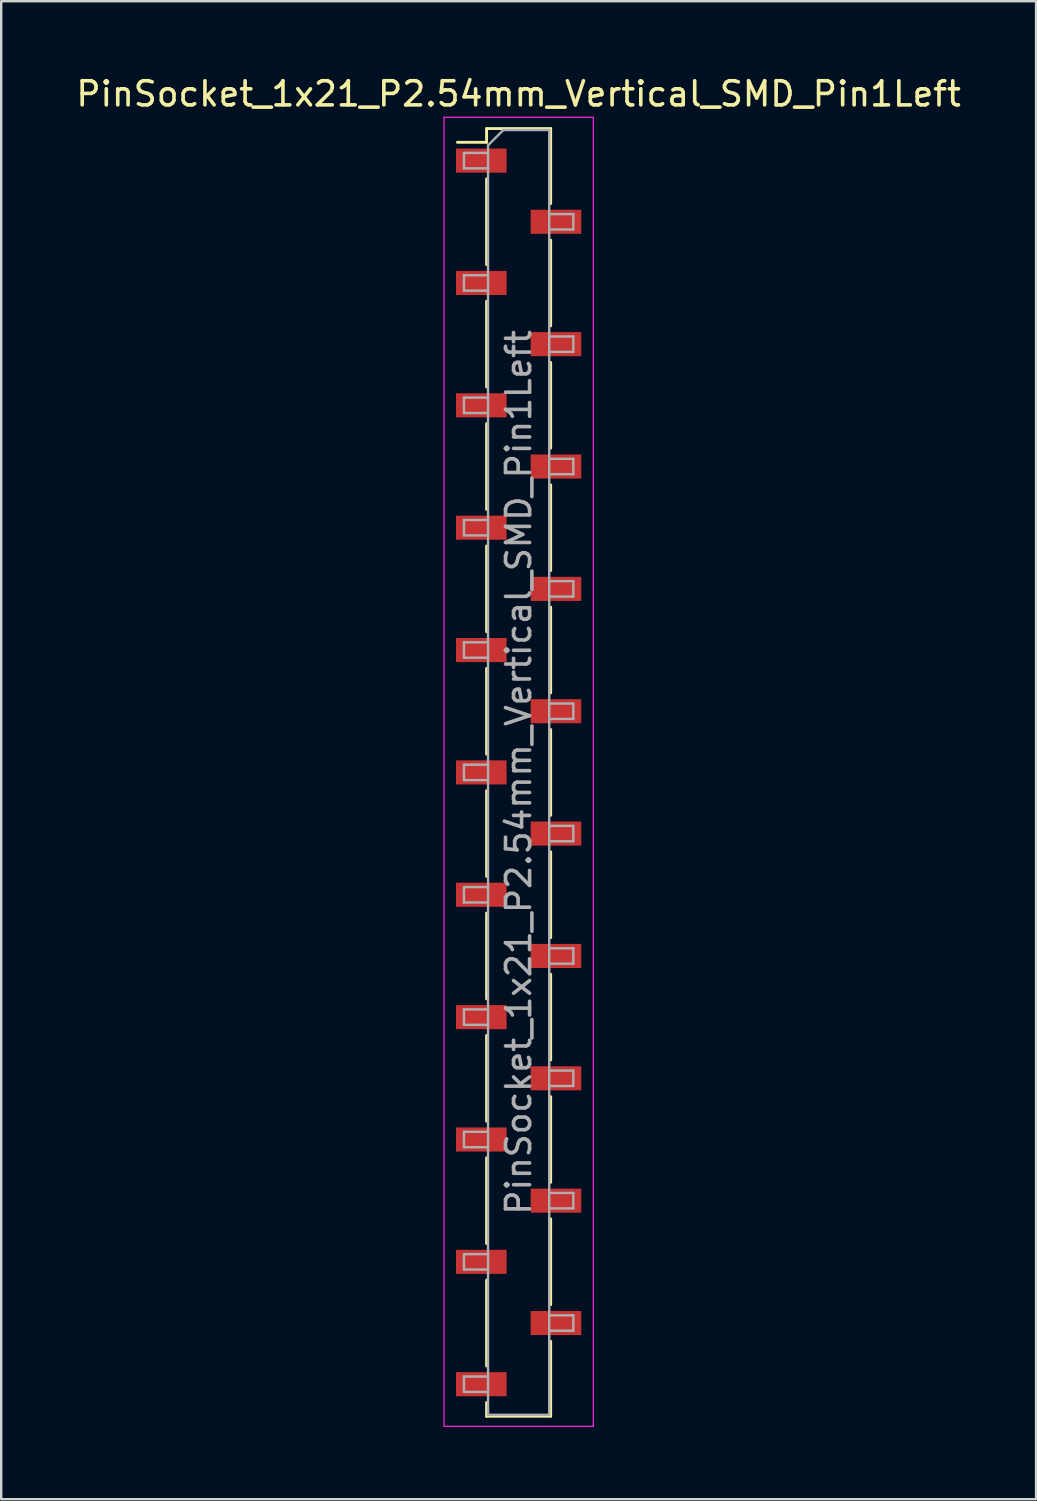
<source format=kicad_pcb>
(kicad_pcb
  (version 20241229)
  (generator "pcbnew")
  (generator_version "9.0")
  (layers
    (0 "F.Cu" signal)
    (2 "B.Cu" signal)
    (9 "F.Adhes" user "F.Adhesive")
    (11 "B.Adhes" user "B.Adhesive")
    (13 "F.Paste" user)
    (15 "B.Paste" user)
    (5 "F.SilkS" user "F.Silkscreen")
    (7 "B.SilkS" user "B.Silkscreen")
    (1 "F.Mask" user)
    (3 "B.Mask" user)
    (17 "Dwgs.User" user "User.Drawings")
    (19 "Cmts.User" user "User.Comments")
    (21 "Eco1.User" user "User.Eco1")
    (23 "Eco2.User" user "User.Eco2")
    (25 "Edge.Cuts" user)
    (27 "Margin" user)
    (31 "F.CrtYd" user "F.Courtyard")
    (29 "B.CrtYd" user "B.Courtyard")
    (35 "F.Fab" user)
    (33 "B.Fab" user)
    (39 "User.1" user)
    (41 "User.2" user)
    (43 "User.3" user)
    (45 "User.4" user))
  (footprint "PinSocket_1x21_P2.54mm_Vertical_SMD_Pin1Left"
    (layer "F.Cu")
    (at 18.482 29.018)
    (property "Reference" "PinSocket_1x21_P2.54mm_Vertical_SMD_Pin1Left" (at 0 -28.17 0) (layer "F.SilkS") (effects (font (size 1 1) (thickness 0.15))))
    (attr smd)
    (fp_line (start -2.54 -26.16) (end -1.33 -26.16) (stroke (width 0.12) (type solid)) (layer "F.SilkS"))
    (fp_line (start -1.33 -26.73) (end -1.33 -26.16) (stroke (width 0.12) (type solid)) (layer "F.SilkS"))
    (fp_line (start -1.33 -26.73) (end 1.33 -26.73) (stroke (width 0.12) (type solid)) (layer "F.SilkS"))
    (fp_line (start -1.33 -24.64) (end -1.33 -21.08) (stroke (width 0.12) (type solid)) (layer "F.SilkS"))
    (fp_line (start -1.33 -19.56) (end -1.33 -16) (stroke (width 0.12) (type solid)) (layer "F.SilkS"))
    (fp_line (start -1.33 -14.48) (end -1.33 -10.92) (stroke (width 0.12) (type solid)) (layer "F.SilkS"))
    (fp_line (start -1.33 -9.4) (end -1.33 -5.84) (stroke (width 0.12) (type solid)) (layer "F.SilkS"))
    (fp_line (start -1.33 -4.32) (end -1.33 -0.76) (stroke (width 0.12) (type solid)) (layer "F.SilkS"))
    (fp_line (start -1.33 0.76) (end -1.33 4.32) (stroke (width 0.12) (type solid)) (layer "F.SilkS"))
    (fp_line (start -1.33 5.84) (end -1.33 9.4) (stroke (width 0.12) (type solid)) (layer "F.SilkS"))
    (fp_line (start -1.33 10.92) (end -1.33 14.48) (stroke (width 0.12) (type solid)) (layer "F.SilkS"))
    (fp_line (start -1.33 16) (end -1.33 19.56) (stroke (width 0.12) (type solid)) (layer "F.SilkS"))
    (fp_line (start -1.33 21.08) (end -1.33 24.64) (stroke (width 0.12) (type solid)) (layer "F.SilkS"))
    (fp_line (start -1.33 26.16) (end -1.33 26.73) (stroke (width 0.12) (type solid)) (layer "F.SilkS"))
    (fp_line (start -1.33 26.73) (end 1.33 26.73) (stroke (width 0.12) (type solid)) (layer "F.SilkS"))
    (fp_line (start 1.33 -26.73) (end 1.33 -23.62) (stroke (width 0.12) (type solid)) (layer "F.SilkS"))
    (fp_line (start 1.33 -22.1) (end 1.33 -18.54) (stroke (width 0.12) (type solid)) (layer "F.SilkS"))
    (fp_line (start 1.33 -17.02) (end 1.33 -13.46) (stroke (width 0.12) (type solid)) (layer "F.SilkS"))
    (fp_line (start 1.33 -11.94) (end 1.33 -8.38) (stroke (width 0.12) (type solid)) (layer "F.SilkS"))
    (fp_line (start 1.33 -6.86) (end 1.33 -3.3) (stroke (width 0.12) (type solid)) (layer "F.SilkS"))
    (fp_line (start 1.33 -1.78) (end 1.33 1.78) (stroke (width 0.12) (type solid)) (layer "F.SilkS"))
    (fp_line (start 1.33 3.3) (end 1.33 6.86) (stroke (width 0.12) (type solid)) (layer "F.SilkS"))
    (fp_line (start 1.33 8.38) (end 1.33 11.94) (stroke (width 0.12) (type solid)) (layer "F.SilkS"))
    (fp_line (start 1.33 13.46) (end 1.33 17.02) (stroke (width 0.12) (type solid)) (layer "F.SilkS"))
    (fp_line (start 1.33 18.54) (end 1.33 22.1) (stroke (width 0.12) (type solid)) (layer "F.SilkS"))
    (fp_line (start 1.33 23.62) (end 1.33 26.73) (stroke (width 0.12) (type solid)) (layer "F.SilkS"))
    (fp_line (start -3.1 -27.2) (end 3.1 -27.2) (stroke (width 0.05) (type solid)) (layer "F.CrtYd"))
    (fp_line (start -3.1 27.15) (end -3.1 -27.2) (stroke (width 0.05) (type solid)) (layer "F.CrtYd"))
    (fp_line (start 3.1 -27.2) (end 3.1 27.15) (stroke (width 0.05) (type solid)) (layer "F.CrtYd"))
    (fp_line (start 3.1 27.15) (end -3.1 27.15) (stroke (width 0.05) (type solid)) (layer "F.CrtYd"))
    (fp_line (start -2.27 -25.72) (end -1.27 -25.72) (stroke (width 0.1) (type solid)) (layer "F.Fab"))
    (fp_line (start -2.27 -25.08) (end -2.27 -25.72) (stroke (width 0.1) (type solid)) (layer "F.Fab"))
    (fp_line (start -2.27 -20.64) (end -1.27 -20.64) (stroke (width 0.1) (type solid)) (layer "F.Fab"))
    (fp_line (start -2.27 -20) (end -2.27 -20.64) (stroke (width 0.1) (type solid)) (layer "F.Fab"))
    (fp_line (start -2.27 -15.56) (end -1.27 -15.56) (stroke (width 0.1) (type solid)) (layer "F.Fab"))
    (fp_line (start -2.27 -14.92) (end -2.27 -15.56) (stroke (width 0.1) (type solid)) (layer "F.Fab"))
    (fp_line (start -2.27 -10.48) (end -1.27 -10.48) (stroke (width 0.1) (type solid)) (layer "F.Fab"))
    (fp_line (start -2.27 -9.84) (end -2.27 -10.48) (stroke (width 0.1) (type solid)) (layer "F.Fab"))
    (fp_line (start -2.27 -5.4) (end -1.27 -5.4) (stroke (width 0.1) (type solid)) (layer "F.Fab"))
    (fp_line (start -2.27 -4.76) (end -2.27 -5.4) (stroke (width 0.1) (type solid)) (layer "F.Fab"))
    (fp_line (start -2.27 -0.32) (end -1.27 -0.32) (stroke (width 0.1) (type solid)) (layer "F.Fab"))
    (fp_line (start -2.27 0.32) (end -2.27 -0.32) (stroke (width 0.1) (type solid)) (layer "F.Fab"))
    (fp_line (start -2.27 4.76) (end -1.27 4.76) (stroke (width 0.1) (type solid)) (layer "F.Fab"))
    (fp_line (start -2.27 5.4) (end -2.27 4.76) (stroke (width 0.1) (type solid)) (layer "F.Fab"))
    (fp_line (start -2.27 9.84) (end -1.27 9.84) (stroke (width 0.1) (type solid)) (layer "F.Fab"))
    (fp_line (start -2.27 10.48) (end -2.27 9.84) (stroke (width 0.1) (type solid)) (layer "F.Fab"))
    (fp_line (start -2.27 14.92) (end -1.27 14.92) (stroke (width 0.1) (type solid)) (layer "F.Fab"))
    (fp_line (start -2.27 15.56) (end -2.27 14.92) (stroke (width 0.1) (type solid)) (layer "F.Fab"))
    (fp_line (start -2.27 20) (end -1.27 20) (stroke (width 0.1) (type solid)) (layer "F.Fab"))
    (fp_line (start -2.27 20.64) (end -2.27 20) (stroke (width 0.1) (type solid)) (layer "F.Fab"))
    (fp_line (start -2.27 25.08) (end -1.27 25.08) (stroke (width 0.1) (type solid)) (layer "F.Fab"))
    (fp_line (start -2.27 25.72) (end -2.27 25.08) (stroke (width 0.1) (type solid)) (layer "F.Fab"))
    (fp_line (start -1.27 -26.035) (end -0.635 -26.67) (stroke (width 0.1) (type solid)) (layer "F.Fab"))
    (fp_line (start -1.27 -25.08) (end -2.27 -25.08) (stroke (width 0.1) (type solid)) (layer "F.Fab"))
    (fp_line (start -1.27 -20) (end -2.27 -20) (stroke (width 0.1) (type solid)) (layer "F.Fab"))
    (fp_line (start -1.27 -14.92) (end -2.27 -14.92) (stroke (width 0.1) (type solid)) (layer "F.Fab"))
    (fp_line (start -1.27 -9.84) (end -2.27 -9.84) (stroke (width 0.1) (type solid)) (layer "F.Fab"))
    (fp_line (start -1.27 -4.76) (end -2.27 -4.76) (stroke (width 0.1) (type solid)) (layer "F.Fab"))
    (fp_line (start -1.27 0.32) (end -2.27 0.32) (stroke (width 0.1) (type solid)) (layer "F.Fab"))
    (fp_line (start -1.27 5.4) (end -2.27 5.4) (stroke (width 0.1) (type solid)) (layer "F.Fab"))
    (fp_line (start -1.27 10.48) (end -2.27 10.48) (stroke (width 0.1) (type solid)) (layer "F.Fab"))
    (fp_line (start -1.27 15.56) (end -2.27 15.56) (stroke (width 0.1) (type solid)) (layer "F.Fab"))
    (fp_line (start -1.27 20.64) (end -2.27 20.64) (stroke (width 0.1) (type solid)) (layer "F.Fab"))
    (fp_line (start -1.27 25.72) (end -2.27 25.72) (stroke (width 0.1) (type solid)) (layer "F.Fab"))
    (fp_line (start -1.27 26.67) (end -1.27 -26.035) (stroke (width 0.1) (type solid)) (layer "F.Fab"))
    (fp_line (start -0.635 -26.67) (end 1.27 -26.67) (stroke (width 0.1) (type solid)) (layer "F.Fab"))
    (fp_line (start 1.27 -26.67) (end 1.27 26.67) (stroke (width 0.1) (type solid)) (layer "F.Fab"))
    (fp_line (start 1.27 -23.18) (end 2.27 -23.18) (stroke (width 0.1) (type solid)) (layer "F.Fab"))
    (fp_line (start 1.27 -18.1) (end 2.27 -18.1) (stroke (width 0.1) (type solid)) (layer "F.Fab"))
    (fp_line (start 1.27 -13.02) (end 2.27 -13.02) (stroke (width 0.1) (type solid)) (layer "F.Fab"))
    (fp_line (start 1.27 -7.94) (end 2.27 -7.94) (stroke (width 0.1) (type solid)) (layer "F.Fab"))
    (fp_line (start 1.27 -2.86) (end 2.27 -2.86) (stroke (width 0.1) (type solid)) (layer "F.Fab"))
    (fp_line (start 1.27 2.22) (end 2.27 2.22) (stroke (width 0.1) (type solid)) (layer "F.Fab"))
    (fp_line (start 1.27 7.3) (end 2.27 7.3) (stroke (width 0.1) (type solid)) (layer "F.Fab"))
    (fp_line (start 1.27 12.38) (end 2.27 12.38) (stroke (width 0.1) (type solid)) (layer "F.Fab"))
    (fp_line (start 1.27 17.46) (end 2.27 17.46) (stroke (width 0.1) (type solid)) (layer "F.Fab"))
    (fp_line (start 1.27 22.54) (end 2.27 22.54) (stroke (width 0.1) (type solid)) (layer "F.Fab"))
    (fp_line (start 1.27 26.67) (end -1.27 26.67) (stroke (width 0.1) (type solid)) (layer "F.Fab"))
    (fp_line (start 2.27 -23.18) (end 2.27 -22.54) (stroke (width 0.1) (type solid)) (layer "F.Fab"))
    (fp_line (start 2.27 -22.54) (end 1.27 -22.54) (stroke (width 0.1) (type solid)) (layer "F.Fab"))
    (fp_line (start 2.27 -18.1) (end 2.27 -17.46) (stroke (width 0.1) (type solid)) (layer "F.Fab"))
    (fp_line (start 2.27 -17.46) (end 1.27 -17.46) (stroke (width 0.1) (type solid)) (layer "F.Fab"))
    (fp_line (start 2.27 -13.02) (end 2.27 -12.38) (stroke (width 0.1) (type solid)) (layer "F.Fab"))
    (fp_line (start 2.27 -12.38) (end 1.27 -12.38) (stroke (width 0.1) (type solid)) (layer "F.Fab"))
    (fp_line (start 2.27 -7.94) (end 2.27 -7.3) (stroke (width 0.1) (type solid)) (layer "F.Fab"))
    (fp_line (start 2.27 -7.3) (end 1.27 -7.3) (stroke (width 0.1) (type solid)) (layer "F.Fab"))
    (fp_line (start 2.27 -2.86) (end 2.27 -2.22) (stroke (width 0.1) (type solid)) (layer "F.Fab"))
    (fp_line (start 2.27 -2.22) (end 1.27 -2.22) (stroke (width 0.1) (type solid)) (layer "F.Fab"))
    (fp_line (start 2.27 2.22) (end 2.27 2.86) (stroke (width 0.1) (type solid)) (layer "F.Fab"))
    (fp_line (start 2.27 2.86) (end 1.27 2.86) (stroke (width 0.1) (type solid)) (layer "F.Fab"))
    (fp_line (start 2.27 7.3) (end 2.27 7.94) (stroke (width 0.1) (type solid)) (layer "F.Fab"))
    (fp_line (start 2.27 7.94) (end 1.27 7.94) (stroke (width 0.1) (type solid)) (layer "F.Fab"))
    (fp_line (start 2.27 12.38) (end 2.27 13.02) (stroke (width 0.1) (type solid)) (layer "F.Fab"))
    (fp_line (start 2.27 13.02) (end 1.27 13.02) (stroke (width 0.1) (type solid)) (layer "F.Fab"))
    (fp_line (start 2.27 17.46) (end 2.27 18.1) (stroke (width 0.1) (type solid)) (layer "F.Fab"))
    (fp_line (start 2.27 18.1) (end 1.27 18.1) (stroke (width 0.1) (type solid)) (layer "F.Fab"))
    (fp_line (start 2.27 22.54) (end 2.27 23.18) (stroke (width 0.1) (type solid)) (layer "F.Fab"))
    (fp_line (start 2.27 23.18) (end 1.27 23.18) (stroke (width 0.1) (type solid)) (layer "F.Fab"))
    (fp_text user "${REFERENCE}" (at 0 0 90) (layer "F.Fab") (effects (font (size 1 1) (thickness 0.15))))
    (pad "1" smd rect (at -1.55 -25.4) (size 2.1 1) (layers "F.Cu" "F.Mask" "F.Paste"))
    (pad "2" smd rect (at 1.55 -22.86) (size 2.1 1) (layers "F.Cu" "F.Mask" "F.Paste"))
    (pad "3" smd rect (at -1.55 -20.32) (size 2.1 1) (layers "F.Cu" "F.Mask" "F.Paste"))
    (pad "4" smd rect (at 1.55 -17.78) (size 2.1 1) (layers "F.Cu" "F.Mask" "F.Paste"))
    (pad "5" smd rect (at -1.55 -15.24) (size 2.1 1) (layers "F.Cu" "F.Mask" "F.Paste"))
    (pad "6" smd rect (at 1.55 -12.7) (size 2.1 1) (layers "F.Cu" "F.Mask" "F.Paste"))
    (pad "7" smd rect (at -1.55 -10.16) (size 2.1 1) (layers "F.Cu" "F.Mask" "F.Paste"))
    (pad "8" smd rect (at 1.55 -7.62) (size 2.1 1) (layers "F.Cu" "F.Mask" "F.Paste"))
    (pad "9" smd rect (at -1.55 -5.08) (size 2.1 1) (layers "F.Cu" "F.Mask" "F.Paste"))
    (pad "10" smd rect (at 1.55 -2.54) (size 2.1 1) (layers "F.Cu" "F.Mask" "F.Paste"))
    (pad "11" smd rect (at -1.55 0) (size 2.1 1) (layers "F.Cu" "F.Mask" "F.Paste"))
    (pad "12" smd rect (at 1.55 2.54) (size 2.1 1) (layers "F.Cu" "F.Mask" "F.Paste"))
    (pad "13" smd rect (at -1.55 5.08) (size 2.1 1) (layers "F.Cu" "F.Mask" "F.Paste"))
    (pad "14" smd rect (at 1.55 7.62) (size 2.1 1) (layers "F.Cu" "F.Mask" "F.Paste"))
    (pad "15" smd rect (at -1.55 10.16) (size 2.1 1) (layers "F.Cu" "F.Mask" "F.Paste"))
    (pad "16" smd rect (at 1.55 12.7) (size 2.1 1) (layers "F.Cu" "F.Mask" "F.Paste"))
    (pad "17" smd rect (at -1.55 15.24) (size 2.1 1) (layers "F.Cu" "F.Mask" "F.Paste"))
    (pad "18" smd rect (at 1.55 17.78) (size 2.1 1) (layers "F.Cu" "F.Mask" "F.Paste"))
    (pad "19" smd rect (at -1.55 20.32) (size 2.1 1) (layers "F.Cu" "F.Mask" "F.Paste"))
    (pad "20" smd rect (at 1.55 22.86) (size 2.1 1) (layers "F.Cu" "F.Mask" "F.Paste"))
    (pad "21" smd rect (at -1.55 25.4) (size 2.1 1) (layers "F.Cu" "F.Mask" "F.Paste")))
  (gr_rect
    (start -3 -3)
    (end 39.964 59.193)
    (stroke (width 0.1) (type default))
    (fill no)
    (layer "Edge.Cuts")))
</source>
